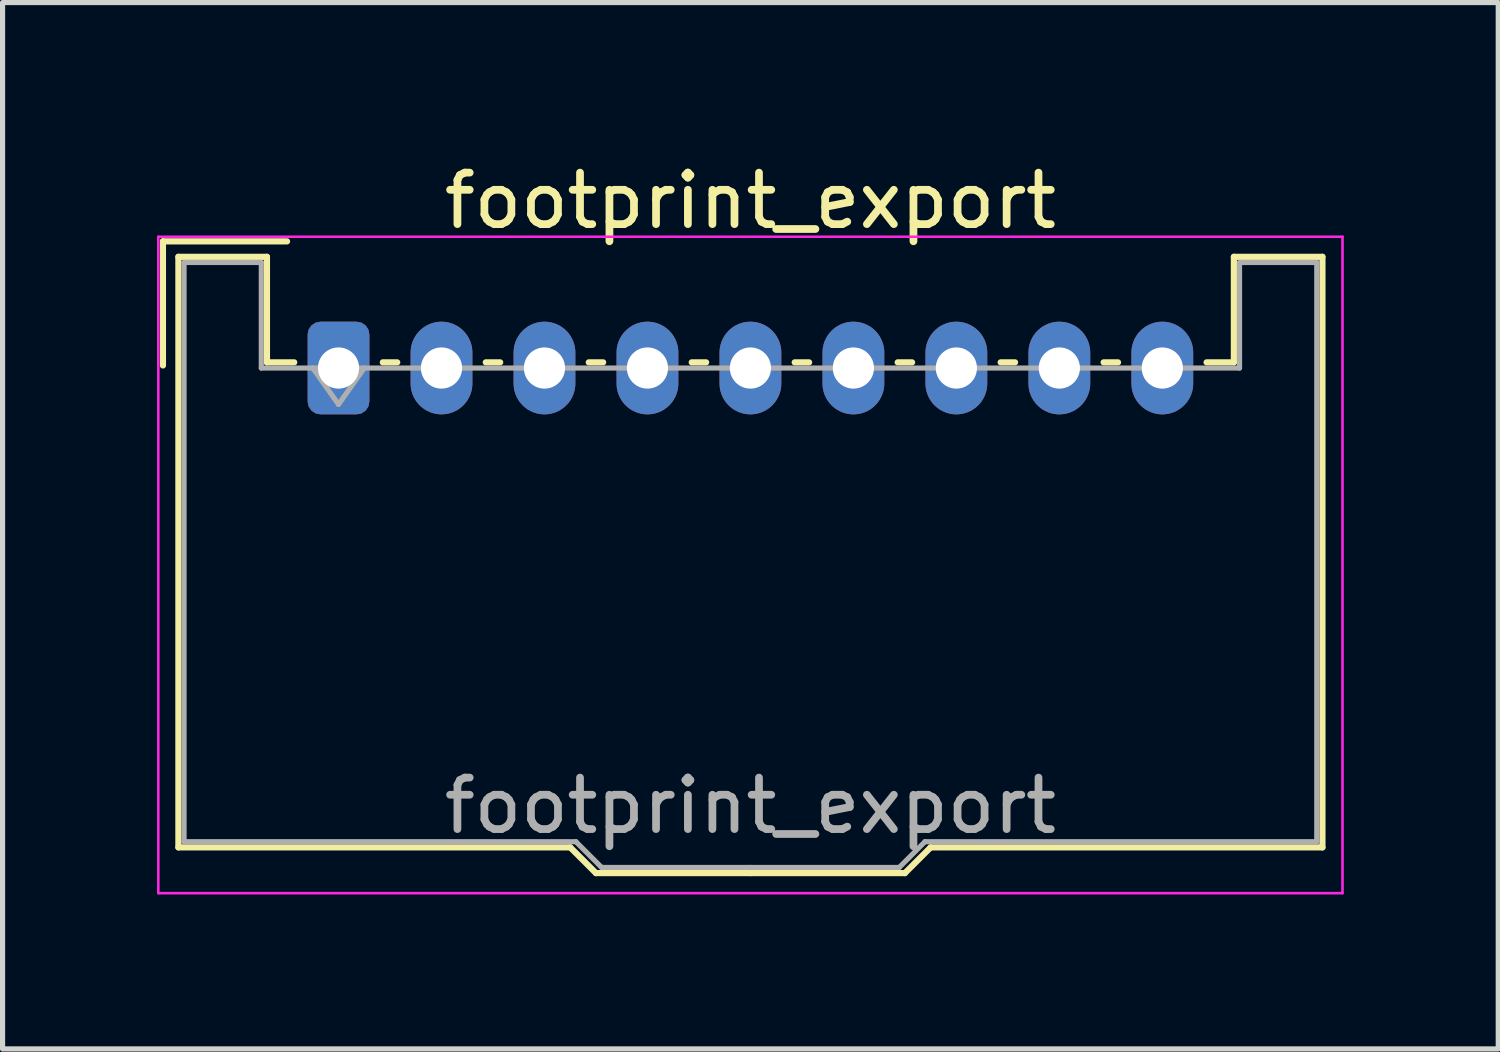
<source format=kicad_pcb>
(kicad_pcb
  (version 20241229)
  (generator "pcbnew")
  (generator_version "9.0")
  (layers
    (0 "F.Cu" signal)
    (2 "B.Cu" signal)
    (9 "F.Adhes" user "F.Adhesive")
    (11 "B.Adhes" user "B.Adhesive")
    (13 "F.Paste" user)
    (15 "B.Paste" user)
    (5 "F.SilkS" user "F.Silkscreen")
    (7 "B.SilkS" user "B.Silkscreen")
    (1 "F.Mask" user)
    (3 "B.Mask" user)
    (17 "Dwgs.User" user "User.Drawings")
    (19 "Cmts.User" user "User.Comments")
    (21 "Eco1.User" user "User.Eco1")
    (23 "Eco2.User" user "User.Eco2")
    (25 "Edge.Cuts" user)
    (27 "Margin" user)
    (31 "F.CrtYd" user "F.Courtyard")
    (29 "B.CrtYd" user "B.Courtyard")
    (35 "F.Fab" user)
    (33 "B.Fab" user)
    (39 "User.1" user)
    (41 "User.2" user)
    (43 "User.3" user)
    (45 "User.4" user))
  (footprint "footprint_export"
    (layer "F.Cu")
    (at 3.525 4.098)
    (property "Reference" "footprint_export" (at 8 -3.25 0) (layer "F.SilkS") (effects (font (size 1 1) (thickness 0.15))))
    (attr through_hole)
    (fp_line (start -3.41 -2.46) (end -1 -2.46) (stroke (width 0.12) (type solid)) (layer "F.SilkS"))
    (fp_line (start -3.41 -0.05) (end -3.41 -2.46) (stroke (width 0.12) (type solid)) (layer "F.SilkS"))
    (fp_line (start -3.11 -2.16) (end -1.39 -2.16) (stroke (width 0.12) (type solid)) (layer "F.SilkS"))
    (fp_line (start -3.11 9.31) (end -3.11 -2.16) (stroke (width 0.12) (type solid)) (layer "F.SilkS"))
    (fp_line (start -1.39 -2.16) (end -1.39 -0.11) (stroke (width 0.12) (type solid)) (layer "F.SilkS"))
    (fp_line (start -1.39 -0.11) (end -0.86 -0.11) (stroke (width 0.12) (type solid)) (layer "F.SilkS"))
    (fp_line (start 0.86 -0.11) (end 1.14 -0.11) (stroke (width 0.12) (type solid)) (layer "F.SilkS"))
    (fp_line (start 2.86 -0.11) (end 3.14 -0.11) (stroke (width 0.12) (type solid)) (layer "F.SilkS"))
    (fp_line (start 4.5 9.31) (end -3.11 9.31) (stroke (width 0.12) (type solid)) (layer "F.SilkS"))
    (fp_line (start 4.86 -0.11) (end 5.14 -0.11) (stroke (width 0.12) (type solid)) (layer "F.SilkS"))
    (fp_line (start 5 9.81) (end 4.5 9.31) (stroke (width 0.12) (type solid)) (layer "F.SilkS"))
    (fp_line (start 6.86 -0.11) (end 7.14 -0.11) (stroke (width 0.12) (type solid)) (layer "F.SilkS"))
    (fp_line (start 8 9.81) (end 5 9.81) (stroke (width 0.12) (type solid)) (layer "F.SilkS"))
    (fp_line (start 8 9.81) (end 11 9.81) (stroke (width 0.12) (type solid)) (layer "F.SilkS"))
    (fp_line (start 8.86 -0.11) (end 9.14 -0.11) (stroke (width 0.12) (type solid)) (layer "F.SilkS"))
    (fp_line (start 10.86 -0.11) (end 11.14 -0.11) (stroke (width 0.12) (type solid)) (layer "F.SilkS"))
    (fp_line (start 11 9.81) (end 11.5 9.31) (stroke (width 0.12) (type solid)) (layer "F.SilkS"))
    (fp_line (start 11.5 9.31) (end 19.11 9.31) (stroke (width 0.12) (type solid)) (layer "F.SilkS"))
    (fp_line (start 12.86 -0.11) (end 13.14 -0.11) (stroke (width 0.12) (type solid)) (layer "F.SilkS"))
    (fp_line (start 14.86 -0.11) (end 15.14 -0.11) (stroke (width 0.12) (type solid)) (layer "F.SilkS"))
    (fp_line (start 17.39 -2.16) (end 17.39 -0.11) (stroke (width 0.12) (type solid)) (layer "F.SilkS"))
    (fp_line (start 17.39 -0.11) (end 16.86 -0.11) (stroke (width 0.12) (type solid)) (layer "F.SilkS"))
    (fp_line (start 19.11 -2.16) (end 17.39 -2.16) (stroke (width 0.12) (type solid)) (layer "F.SilkS"))
    (fp_line (start 19.11 9.31) (end 19.11 -2.16) (stroke (width 0.12) (type solid)) (layer "F.SilkS"))
    (fp_line (start -3.5 -2.55) (end -3.5 10.2) (stroke (width 0.05) (type solid)) (layer "F.CrtYd"))
    (fp_line (start -3.5 10.2) (end 19.5 10.2) (stroke (width 0.05) (type solid)) (layer "F.CrtYd"))
    (fp_line (start 19.5 -2.55) (end -3.5 -2.55) (stroke (width 0.05) (type solid)) (layer "F.CrtYd"))
    (fp_line (start 19.5 10.2) (end 19.5 -2.55) (stroke (width 0.05) (type solid)) (layer "F.CrtYd"))
    (fp_line (start -3 -2.05) (end -1.5 -2.05) (stroke (width 0.1) (type solid)) (layer "F.Fab"))
    (fp_line (start -3 9.2) (end -3 -2.05) (stroke (width 0.1) (type solid)) (layer "F.Fab"))
    (fp_line (start -1.5 -2.05) (end -1.5 0) (stroke (width 0.1) (type solid)) (layer "F.Fab"))
    (fp_line (start -1.5 0) (end 8 0) (stroke (width 0.1) (type solid)) (layer "F.Fab"))
    (fp_line (start -0.5 0) (end 0 0.707) (stroke (width 0.1) (type solid)) (layer "F.Fab"))
    (fp_line (start 0 0.707) (end 0.5 0) (stroke (width 0.1) (type solid)) (layer "F.Fab"))
    (fp_line (start 4.61 9.2) (end -3 9.2) (stroke (width 0.1) (type solid)) (layer "F.Fab"))
    (fp_line (start 5.11 9.7) (end 4.61 9.2) (stroke (width 0.1) (type solid)) (layer "F.Fab"))
    (fp_line (start 8 9.7) (end 5.11 9.7) (stroke (width 0.1) (type solid)) (layer "F.Fab"))
    (fp_line (start 8 9.7) (end 10.89 9.7) (stroke (width 0.1) (type solid)) (layer "F.Fab"))
    (fp_line (start 10.89 9.7) (end 11.39 9.2) (stroke (width 0.1) (type solid)) (layer "F.Fab"))
    (fp_line (start 11.39 9.2) (end 19 9.2) (stroke (width 0.1) (type solid)) (layer "F.Fab"))
    (fp_line (start 17.5 -2.05) (end 17.5 0) (stroke (width 0.1) (type solid)) (layer "F.Fab"))
    (fp_line (start 17.5 0) (end 8 0) (stroke (width 0.1) (type solid)) (layer "F.Fab"))
    (fp_line (start 19 -2.05) (end 17.5 -2.05) (stroke (width 0.1) (type solid)) (layer "F.Fab"))
    (fp_line (start 19 9.2) (end 19 -2.05) (stroke (width 0.1) (type solid)) (layer "F.Fab"))
    (fp_text user "${REFERENCE}" (at 8 8.5 0) (layer "F.Fab") (effects (font (size 1 1) (thickness 0.15))))
    (pad "1" thru_hole roundrect (at 0 0) (size 1.2 1.8) (drill 0.8) (layers "*.Cu" "*.Mask") (roundrect_rratio 0.208))
    (pad "2" thru_hole oval (at 2 0) (size 1.2 1.8) (drill 0.8) (layers "*.Cu" "*.Mask"))
    (pad "3" thru_hole oval (at 4 0) (size 1.2 1.8) (drill 0.8) (layers "*.Cu" "*.Mask"))
    (pad "4" thru_hole oval (at 6 0) (size 1.2 1.8) (drill 0.8) (layers "*.Cu" "*.Mask"))
    (pad "5" thru_hole oval (at 8 0) (size 1.2 1.8) (drill 0.8) (layers "*.Cu" "*.Mask"))
    (pad "6" thru_hole oval (at 10 0) (size 1.2 1.8) (drill 0.8) (layers "*.Cu" "*.Mask"))
    (pad "7" thru_hole oval (at 12 0) (size 1.2 1.8) (drill 0.8) (layers "*.Cu" "*.Mask"))
    (pad "8" thru_hole oval (at 14 0) (size 1.2 1.8) (drill 0.8) (layers "*.Cu" "*.Mask"))
    (pad "9" thru_hole oval (at 16 0) (size 1.2 1.8) (drill 0.8) (layers "*.Cu" "*.Mask")))
  (gr_rect
    (start -3 -3)
    (end 26.05 17.323)
    (stroke (width 0.1) (type default))
    (fill no)
    (layer "Edge.Cuts")))
</source>
